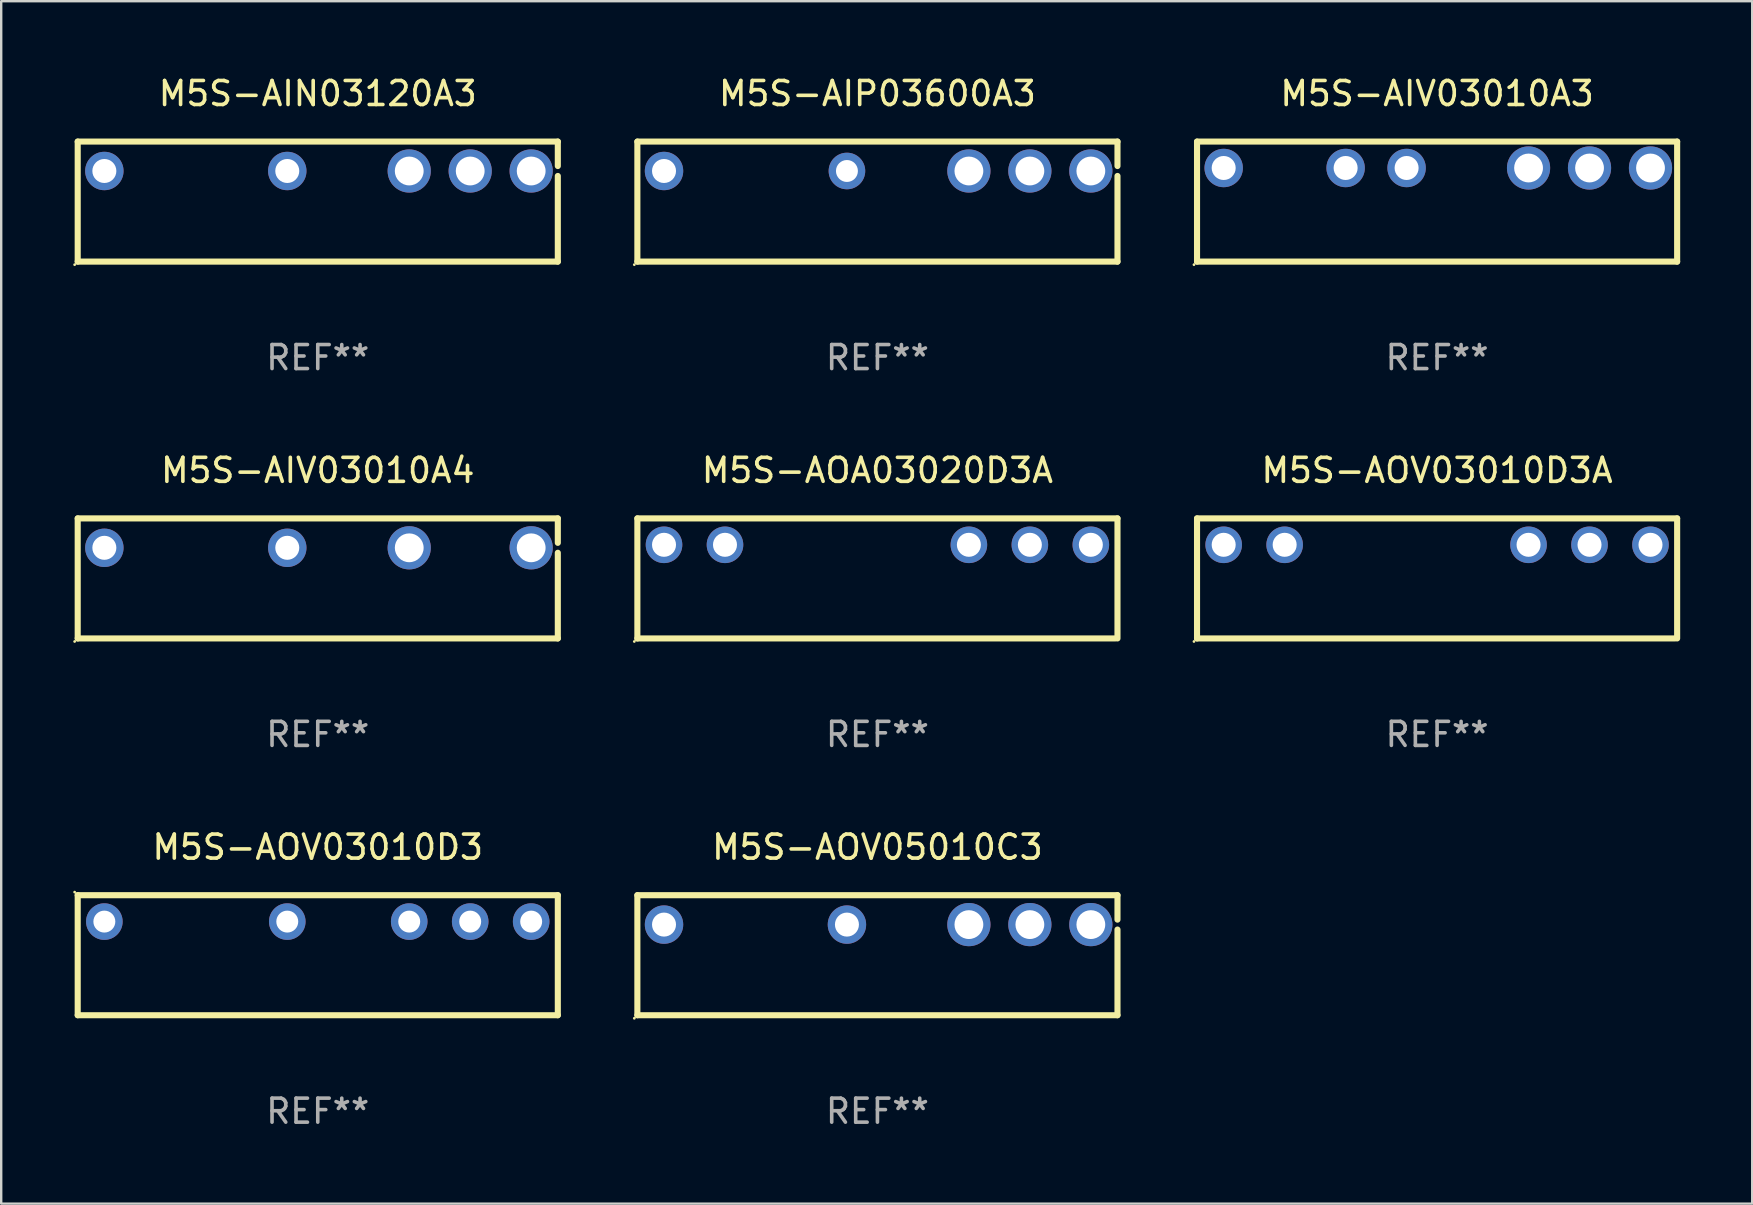
<source format=kicad_pcb>
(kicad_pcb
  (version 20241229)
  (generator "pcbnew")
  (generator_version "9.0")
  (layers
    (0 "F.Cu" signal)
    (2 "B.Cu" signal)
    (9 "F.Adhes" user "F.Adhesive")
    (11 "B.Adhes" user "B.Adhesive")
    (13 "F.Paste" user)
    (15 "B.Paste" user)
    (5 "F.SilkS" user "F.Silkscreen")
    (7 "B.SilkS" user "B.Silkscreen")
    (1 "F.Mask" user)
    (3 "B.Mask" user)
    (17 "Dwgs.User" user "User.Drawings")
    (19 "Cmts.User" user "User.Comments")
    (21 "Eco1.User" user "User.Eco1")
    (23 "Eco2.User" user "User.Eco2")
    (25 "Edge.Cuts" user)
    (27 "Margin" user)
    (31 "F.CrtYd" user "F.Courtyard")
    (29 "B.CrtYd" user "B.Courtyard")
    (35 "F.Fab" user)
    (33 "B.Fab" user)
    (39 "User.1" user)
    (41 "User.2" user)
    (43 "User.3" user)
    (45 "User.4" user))
  (footprint "M5S-AOA03020D3A"
    (layer "F.Cu")
    (at 33.501 21.045)
    (property "Reference" "M5S-AOA03020D3A" (at 0 -4.5 0) (layer "F.SilkS") (effects (font (size 1 1) (thickness 0.15))))
    (attr through_hole)
    (fp_line (start -10 -2.5) (end -10 2.5) (stroke (width 0.254) (type solid)) (layer "F.SilkS"))
    (fp_line (start -10 -2.5) (end 10 -2.5) (stroke (width 0.254) (type solid)) (layer "F.SilkS"))
    (fp_line (start -10 2.5) (end 9.906 2.5) (stroke (width 0.254) (type solid)) (layer "F.SilkS"))
    (fp_line (start 10 -2.5) (end 10 2.5) (stroke (width 0.254) (type solid)) (layer "F.SilkS"))
    (fp_circle (center -10.127 2.627) (end -10.097 2.627) (stroke (width 0.06) (type solid)) (fill no) (layer "F.SilkS"))
    (fp_text user "REF**" (at 0 6.5 0) (layer "F.Fab") (effects (font (size 1 1) (thickness 0.15))))
    (pad "1" thru_hole circle (at -8.89 -1.4) (size 1.524 1.524) (drill 1) (layers "*.Cu" "*.Mask"))
    (pad "2" thru_hole circle (at -6.35 -1.4) (size 1.524 1.524) (drill 1) (layers "*.Cu" "*.Mask"))
    (pad "6" thru_hole circle (at 3.81 -1.4) (size 1.524 1.524) (drill 1) (layers "*.Cu" "*.Mask"))
    (pad "7" thru_hole circle (at 6.35 -1.4) (size 1.524 1.524) (drill 1) (layers "*.Cu" "*.Mask"))
    (pad "8" thru_hole circle (at 8.89 -1.4) (size 1.524 1.524) (drill 1) (layers "*.Cu" "*.Mask")))
  (footprint "M5S-AOV05010C3"
    (layer "F.Cu")
    (at 33.501 36.741)
    (property "Reference" "M5S-AOV05010C3" (at 0 -4.5 0) (layer "F.SilkS") (effects (font (size 1 1) (thickness 0.15))))
    (attr through_hole)
    (fp_line (start -10 -2.5) (end 10 -2.5) (stroke (width 0.254) (type solid)) (layer "F.SilkS"))
    (fp_line (start -10 2.5) (end -10 -2.5) (stroke (width 0.254) (type solid)) (layer "F.SilkS"))
    (fp_line (start 10 -2.5) (end 10 -1.482) (stroke (width 0.254) (type solid)) (layer "F.SilkS"))
    (fp_line (start 10 -1.068) (end 10 2.5) (stroke (width 0.254) (type solid)) (layer "F.SilkS"))
    (fp_line (start 10 2.5) (end -10 2.5) (stroke (width 0.254) (type solid)) (layer "F.SilkS"))
    (fp_circle (center -10.127 2.627) (end -10.097 2.627) (stroke (width 0.06) (type solid)) (fill no) (layer "F.SilkS"))
    (fp_text user "REF**" (at 0 6.5 0) (layer "F.Fab") (effects (font (size 1 1) (thickness 0.15))))
    (pad "1" thru_hole circle (at -8.89 -1.275) (size 1.6 1.6) (drill 1) (layers "*.Cu" "*.Mask"))
    (pad "4" thru_hole circle (at -1.27 -1.275) (size 1.6 1.6) (drill 1) (layers "*.Cu" "*.Mask"))
    (pad "6" thru_hole circle (at 3.81 -1.275) (size 1.8 1.8) (drill 1.2) (layers "*.Cu" "*.Mask"))
    (pad "7" thru_hole circle (at 6.35 -1.275) (size 1.8 1.8) (drill 1.2) (layers "*.Cu" "*.Mask"))
    (pad "8" thru_hole circle (at 8.89 -1.275) (size 1.8 1.8) (drill 1.2) (layers "*.Cu" "*.Mask")))
  (footprint "M5S-AOV03010D3A"
    (layer "F.Cu")
    (at 56.815 21.045)
    (property "Reference" "M5S-AOV03010D3A" (at 0 -4.5 0) (layer "F.SilkS") (effects (font (size 1 1) (thickness 0.15))))
    (attr through_hole)
    (fp_line (start -10 -2.5) (end -10 2.5) (stroke (width 0.254) (type solid)) (layer "F.SilkS"))
    (fp_line (start -10 -2.5) (end 10 -2.5) (stroke (width 0.254) (type solid)) (layer "F.SilkS"))
    (fp_line (start -10 2.5) (end 9.906 2.5) (stroke (width 0.254) (type solid)) (layer "F.SilkS"))
    (fp_line (start 10 -2.5) (end 10 2.5) (stroke (width 0.254) (type solid)) (layer "F.SilkS"))
    (fp_circle (center -10.127 2.627) (end -10.097 2.627) (stroke (width 0.06) (type solid)) (fill no) (layer "F.SilkS"))
    (fp_text user "REF**" (at 0 6.5 0) (layer "F.Fab") (effects (font (size 1 1) (thickness 0.15))))
    (pad "1" thru_hole circle (at -8.89 -1.4) (size 1.524 1.524) (drill 1) (layers "*.Cu" "*.Mask"))
    (pad "2" thru_hole circle (at -6.35 -1.4) (size 1.524 1.524) (drill 1) (layers "*.Cu" "*.Mask"))
    (pad "6" thru_hole circle (at 3.81 -1.4) (size 1.524 1.524) (drill 1) (layers "*.Cu" "*.Mask"))
    (pad "7" thru_hole circle (at 6.35 -1.4) (size 1.524 1.524) (drill 1) (layers "*.Cu" "*.Mask"))
    (pad "8" thru_hole circle (at 8.89 -1.4) (size 1.524 1.524) (drill 1) (layers "*.Cu" "*.Mask")))
  (footprint "M5S-AIV03010A4"
    (layer "F.Cu")
    (at 10.187 21.045)
    (property "Reference" "M5S-AIV03010A4" (at 0 -4.5 0) (layer "F.SilkS") (effects (font (size 1 1) (thickness 0.15))))
    (attr through_hole)
    (fp_line (start -10 -2.5) (end 10 -2.5) (stroke (width 0.254) (type solid)) (layer "F.SilkS"))
    (fp_line (start -10 2.5) (end -10 -2.5) (stroke (width 0.254) (type solid)) (layer "F.SilkS"))
    (fp_line (start 10 -2.5) (end 10 -1.482) (stroke (width 0.254) (type solid)) (layer "F.SilkS"))
    (fp_line (start 10 -1.068) (end 10 2.5) (stroke (width 0.254) (type solid)) (layer "F.SilkS"))
    (fp_line (start 10 2.5) (end -10 2.5) (stroke (width 0.254) (type solid)) (layer "F.SilkS"))
    (fp_circle (center -10.127 2.627) (end -10.097 2.627) (stroke (width 0.06) (type solid)) (fill no) (layer "F.SilkS"))
    (fp_text user "REF**" (at 0 6.5 0) (layer "F.Fab") (effects (font (size 1 1) (thickness 0.15))))
    (pad "1" thru_hole circle (at -8.89 -1.275) (size 1.6 1.6) (drill 1) (layers "*.Cu" "*.Mask"))
    (pad "4" thru_hole circle (at -1.27 -1.275) (size 1.6 1.6) (drill 1) (layers "*.Cu" "*.Mask"))
    (pad "6" thru_hole circle (at 3.81 -1.275) (size 1.8 1.8) (drill 1.2) (layers "*.Cu" "*.Mask"))
    (pad "8" thru_hole circle (at 8.89 -1.275) (size 1.8 1.8) (drill 1.2) (layers "*.Cu" "*.Mask")))
  (footprint "M5S-AIV03010A3"
    (layer "F.Cu")
    (at 56.815 5.348)
    (property "Reference" "M5S-AIV03010A3" (at 0 -4.5 0) (layer "F.SilkS") (effects (font (size 1 1) (thickness 0.15))))
    (attr through_hole)
    (fp_line (start -10 -2.5) (end 10 -2.5) (stroke (width 0.254) (type solid)) (layer "F.SilkS"))
    (fp_line (start -10 2.5) (end -10 -2.5) (stroke (width 0.254) (type solid)) (layer "F.SilkS"))
    (fp_line (start 10 -2.5) (end 10 2.5) (stroke (width 0.254) (type solid)) (layer "F.SilkS"))
    (fp_line (start 10 2.5) (end -10 2.5) (stroke (width 0.254) (type solid)) (layer "F.SilkS"))
    (fp_circle (center -10.127 2.627) (end -10.097 2.627) (stroke (width 0.06) (type solid)) (fill no) (layer "F.SilkS"))
    (fp_text user "REF**" (at 0 6.5 0) (layer "F.Fab") (effects (font (size 1 1) (thickness 0.15))))
    (pad "1" thru_hole circle (at -8.89 -1.4) (size 1.6 1.6) (drill 1) (layers "*.Cu" "*.Mask"))
    (pad "3" thru_hole circle (at -3.81 -1.4) (size 1.6 1.6) (drill 1) (layers "*.Cu" "*.Mask"))
    (pad "4" thru_hole circle (at -1.27 -1.4) (size 1.6 1.6) (drill 1) (layers "*.Cu" "*.Mask"))
    (pad "6" thru_hole circle (at 3.81 -1.4) (size 1.8 1.8) (drill 1.2) (layers "*.Cu" "*.Mask"))
    (pad "7" thru_hole circle (at 6.35 -1.4) (size 1.8 1.8) (drill 1.2) (layers "*.Cu" "*.Mask"))
    (pad "8" thru_hole circle (at 8.89 -1.4) (size 1.8 1.8) (drill 1.2) (layers "*.Cu" "*.Mask")))
  (footprint "M5S-AOV03010D3"
    (layer "F.Cu")
    (at 10.187 36.741)
    (property "Reference" "M5S-AOV03010D3" (at 0 -4.5 0) (layer "F.SilkS") (effects (font (size 1 1) (thickness 0.15))))
    (attr through_hole)
    (fp_line (start -10 -2.5) (end -10 2.5) (stroke (width 0.254) (type solid)) (layer "F.SilkS"))
    (fp_line (start -10 -2.5) (end 10 -2.5) (stroke (width 0.254) (type solid)) (layer "F.SilkS"))
    (fp_line (start -10 2.5) (end 10 2.5) (stroke (width 0.254) (type solid)) (layer "F.SilkS"))
    (fp_line (start 10 -2.5) (end 10 2.5) (stroke (width 0.254) (type solid)) (layer "F.SilkS"))
    (fp_circle (center -10.127 -2.627) (end -10.097 -2.627) (stroke (width 0.06) (type solid)) (fill no) (layer "F.SilkS"))
    (fp_text user "REF**" (at 0 6.5 0) (layer "F.Fab") (effects (font (size 1 1) (thickness 0.15))))
    (pad "1" thru_hole circle (at -8.89 -1.4) (size 1.524 1.524) (drill 0.914) (layers "*.Cu" "*.Mask"))
    (pad "2" thru_hole circle (at -1.27 -1.4) (size 1.524 1.524) (drill 0.914) (layers "*.Cu" "*.Mask"))
    (pad "6" thru_hole circle (at 3.81 -1.4) (size 1.524 1.524) (drill 0.914) (layers "*.Cu" "*.Mask"))
    (pad "7" thru_hole circle (at 6.35 -1.4) (size 1.524 1.524) (drill 0.914) (layers "*.Cu" "*.Mask"))
    (pad "8" thru_hole circle (at 8.89 -1.4) (size 1.524 1.524) (drill 0.914) (layers "*.Cu" "*.Mask")))
  (footprint "M5S-AIP03600A3"
    (layer "F.Cu")
    (at 33.501 5.348)
    (property "Reference" "M5S-AIP03600A3" (at 0 -4.5 0) (layer "F.SilkS") (effects (font (size 1 1) (thickness 0.15))))
    (attr through_hole)
    (fp_line (start -10 -2.5) (end 10 -2.5) (stroke (width 0.254) (type solid)) (layer "F.SilkS"))
    (fp_line (start -10 2.5) (end -10 -2.5) (stroke (width 0.254) (type solid)) (layer "F.SilkS"))
    (fp_line (start 10 -2.5) (end 10 -1.482) (stroke (width 0.254) (type solid)) (layer "F.SilkS"))
    (fp_line (start 10 -1.068) (end 10 2.5) (stroke (width 0.254) (type solid)) (layer "F.SilkS"))
    (fp_line (start 10 2.5) (end -10 2.5) (stroke (width 0.254) (type solid)) (layer "F.SilkS"))
    (fp_circle (center -10.127 2.627) (end -10.097 2.627) (stroke (width 0.06) (type solid)) (fill no) (layer "F.SilkS"))
    (fp_text user "REF**" (at 0 6.5 0) (layer "F.Fab") (effects (font (size 1 1) (thickness 0.15))))
    (pad "1" thru_hole circle (at -8.89 -1.275) (size 1.6 1.6) (drill 1) (layers "*.Cu" "*.Mask"))
    (pad "4" thru_hole circle (at -1.27 -1.275) (size 1.524 1.524) (drill 0.914) (layers "*.Cu" "*.Mask"))
    (pad "6" thru_hole circle (at 3.81 -1.275) (size 1.8 1.8) (drill 1.2) (layers "*.Cu" "*.Mask"))
    (pad "7" thru_hole circle (at 6.35 -1.275) (size 1.8 1.8) (drill 1.2) (layers "*.Cu" "*.Mask"))
    (pad "8" thru_hole circle (at 8.89 -1.275) (size 1.8 1.8) (drill 1.2) (layers "*.Cu" "*.Mask")))
  (footprint "M5S-AIN03120A3"
    (layer "F.Cu")
    (at 10.187 5.348)
    (property "Reference" "M5S-AIN03120A3" (at 0 -4.5 0) (layer "F.SilkS") (effects (font (size 1 1) (thickness 0.15))))
    (attr through_hole)
    (fp_line (start -10 -2.5) (end 10 -2.5) (stroke (width 0.254) (type solid)) (layer "F.SilkS"))
    (fp_line (start -10 2.5) (end -10 -2.5) (stroke (width 0.254) (type solid)) (layer "F.SilkS"))
    (fp_line (start 10 -2.5) (end 10 -1.482) (stroke (width 0.254) (type solid)) (layer "F.SilkS"))
    (fp_line (start 10 -1.068) (end 10 2.5) (stroke (width 0.254) (type solid)) (layer "F.SilkS"))
    (fp_line (start 10 2.5) (end -10 2.5) (stroke (width 0.254) (type solid)) (layer "F.SilkS"))
    (fp_circle (center -10.127 2.627) (end -10.097 2.627) (stroke (width 0.06) (type solid)) (fill no) (layer "F.SilkS"))
    (fp_text user "REF**" (at 0 6.5 0) (layer "F.Fab") (effects (font (size 1 1) (thickness 0.15))))
    (pad "1" thru_hole circle (at -8.89 -1.275) (size 1.6 1.6) (drill 1) (layers "*.Cu" "*.Mask"))
    (pad "4" thru_hole circle (at -1.27 -1.275) (size 1.6 1.6) (drill 1) (layers "*.Cu" "*.Mask"))
    (pad "6" thru_hole circle (at 3.81 -1.275) (size 1.8 1.8) (drill 1.2) (layers "*.Cu" "*.Mask"))
    (pad "7" thru_hole circle (at 6.35 -1.275) (size 1.8 1.8) (drill 1.2) (layers "*.Cu" "*.Mask"))
    (pad "8" thru_hole circle (at 8.89 -1.275) (size 1.8 1.8) (drill 1.2) (layers "*.Cu" "*.Mask")))
  (gr_rect
    (start -3 -3)
    (end 69.942 47.09)
    (stroke (width 0.1) (type default))
    (fill no)
    (layer "Edge.Cuts")))
</source>
